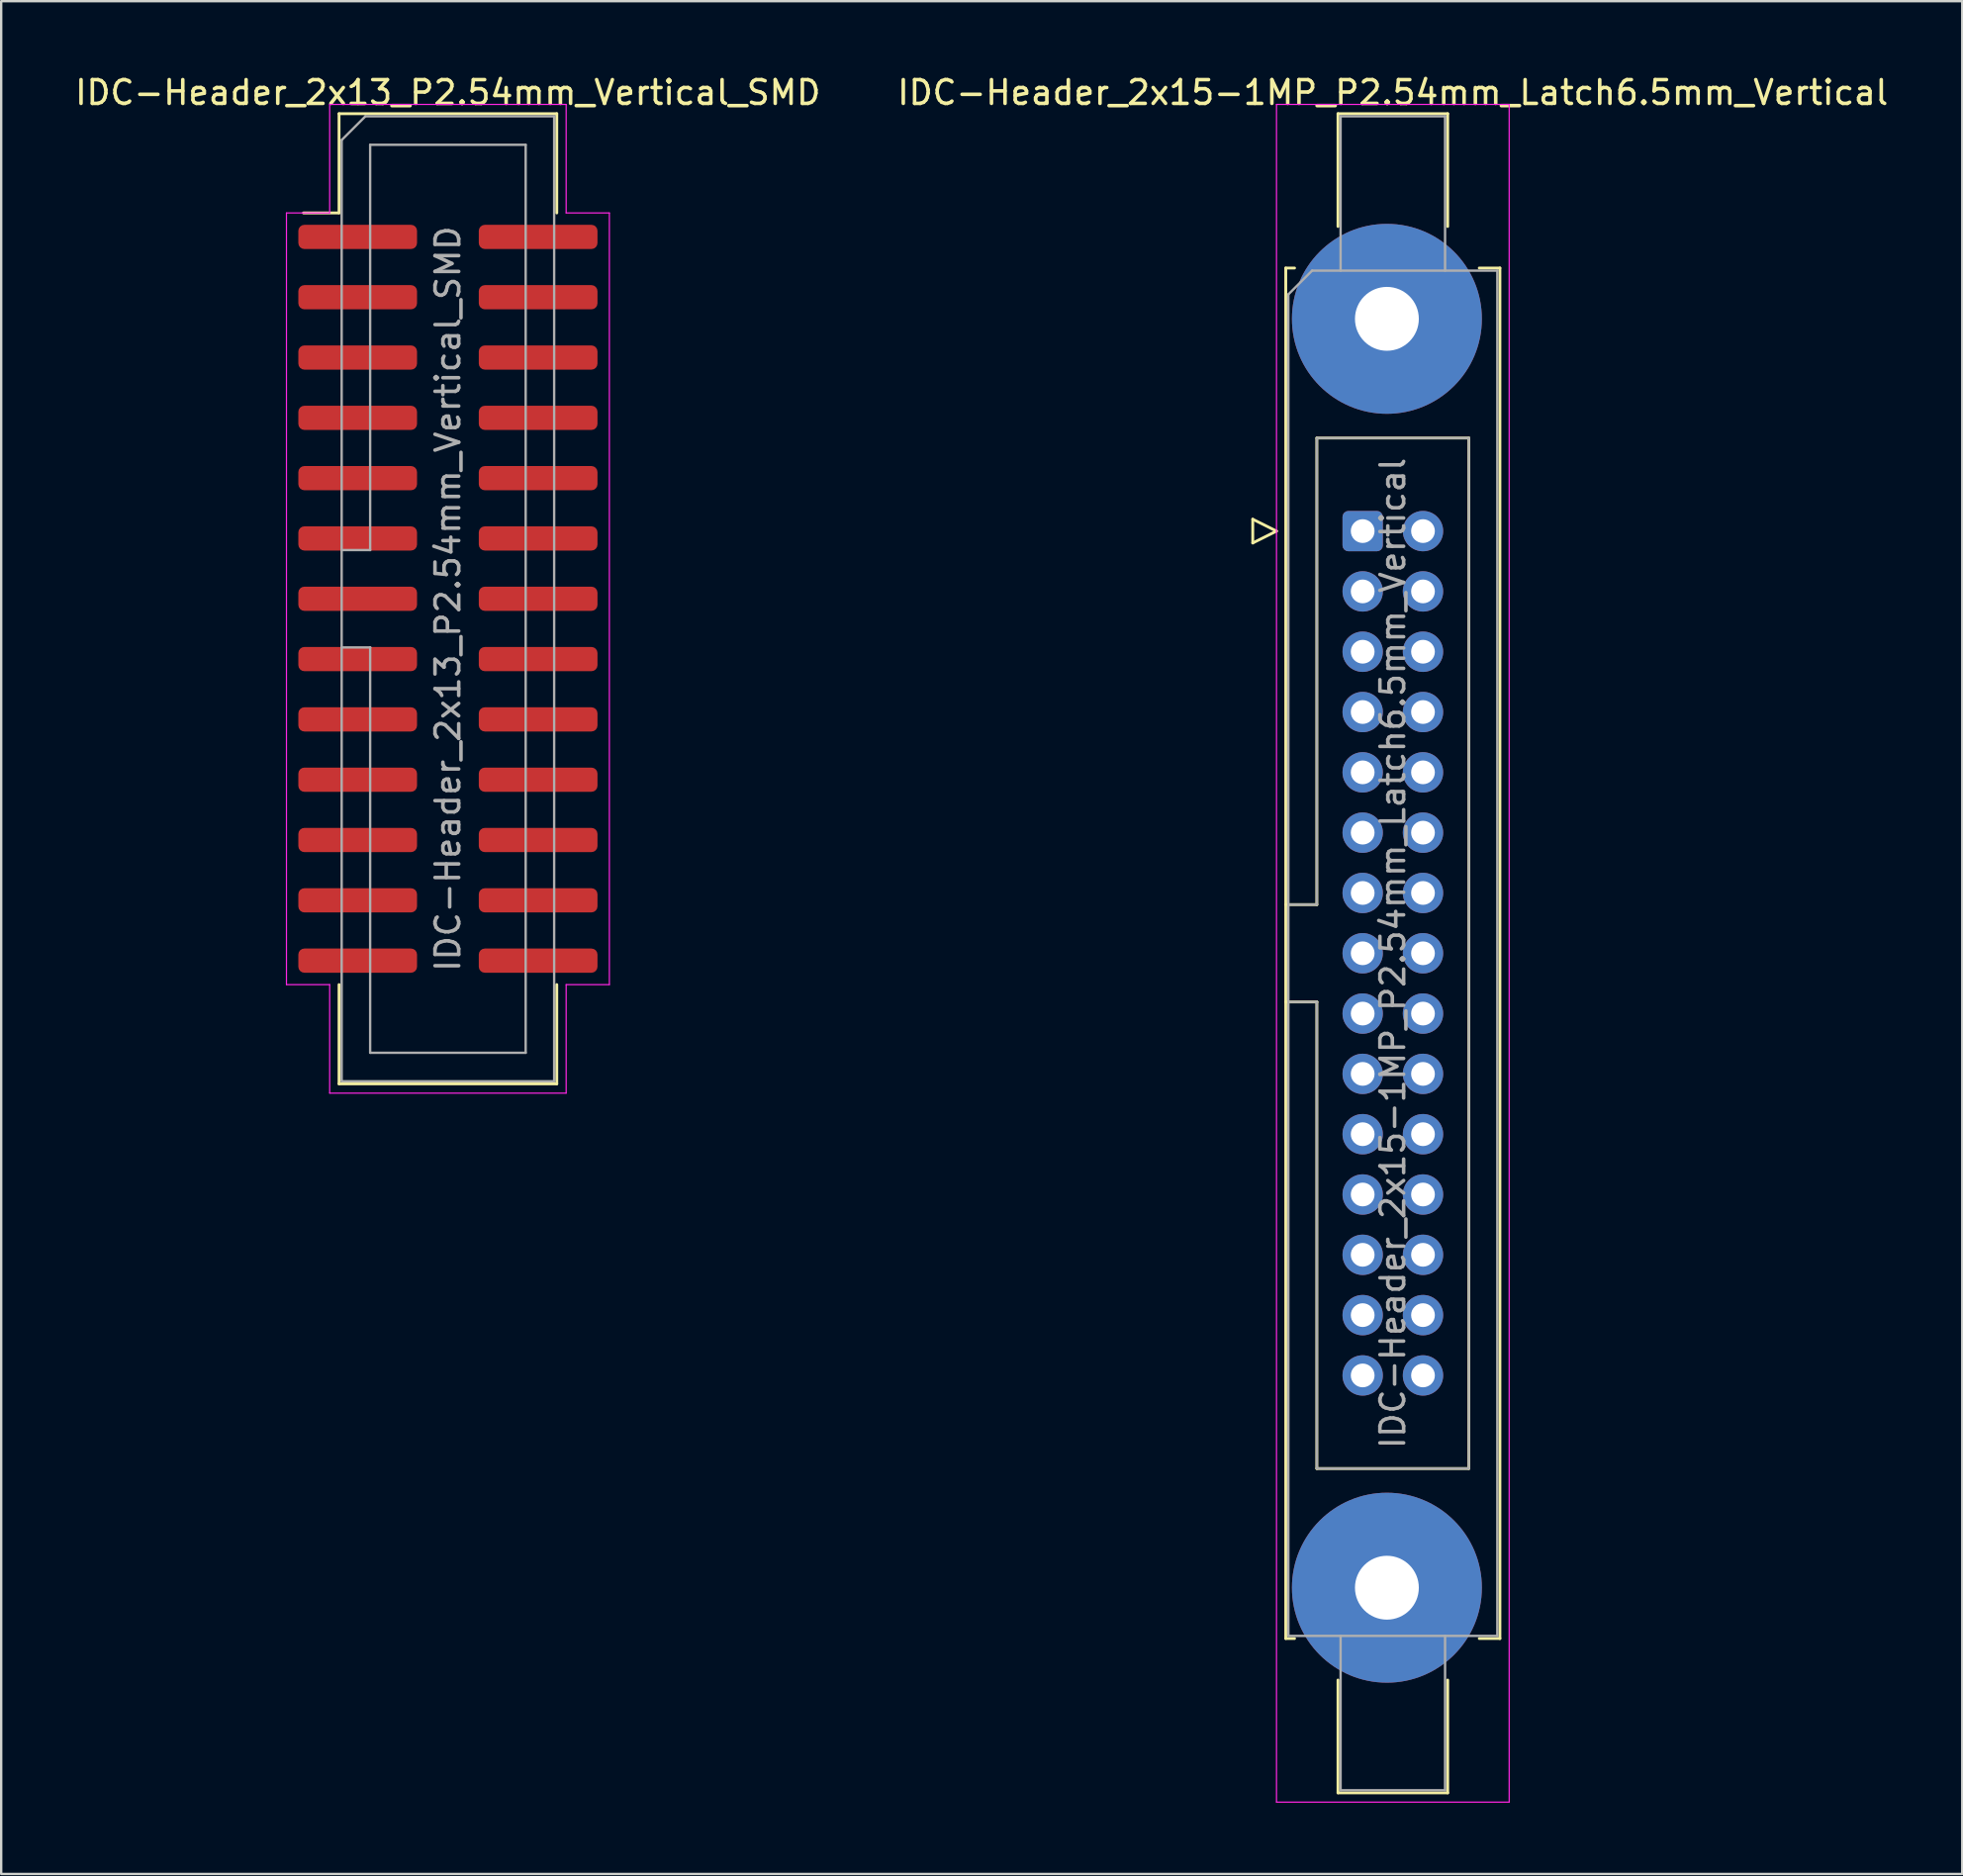
<source format=kicad_pcb>
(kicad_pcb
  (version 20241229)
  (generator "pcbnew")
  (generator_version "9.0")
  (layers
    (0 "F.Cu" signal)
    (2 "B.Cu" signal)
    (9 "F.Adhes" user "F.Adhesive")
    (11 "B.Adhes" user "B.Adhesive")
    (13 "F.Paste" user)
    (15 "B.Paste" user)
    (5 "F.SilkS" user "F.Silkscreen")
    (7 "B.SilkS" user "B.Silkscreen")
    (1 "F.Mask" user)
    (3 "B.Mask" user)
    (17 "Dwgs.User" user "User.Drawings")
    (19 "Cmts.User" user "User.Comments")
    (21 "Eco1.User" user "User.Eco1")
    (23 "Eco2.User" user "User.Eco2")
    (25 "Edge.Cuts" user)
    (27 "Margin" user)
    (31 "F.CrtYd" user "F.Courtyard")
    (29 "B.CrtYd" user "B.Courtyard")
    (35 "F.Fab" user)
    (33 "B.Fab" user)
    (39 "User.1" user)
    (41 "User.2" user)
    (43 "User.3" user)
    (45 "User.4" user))
  (footprint "IDC-Header_2x15-1MP_P2.54mm_Latch6.5mm_Vertical"
    (layer "F.Cu")
    (at 54.343 19.318)
    (property "Reference" "IDC-Header_2x15-1MP_P2.54mm_Latch6.5mm_Vertical" (at 1.27 -18.47 0) (layer "F.SilkS") (effects (font (size 1 1) (thickness 0.15))))
    (attr through_hole)
    (fp_line (start -4.63 -0.5) (end -4.63 0.5) (stroke (width 0.12) (type solid)) (layer "F.SilkS"))
    (fp_line (start -4.63 0.5) (end -3.63 0) (stroke (width 0.12) (type solid)) (layer "F.SilkS"))
    (fp_line (start -3.63 0) (end -4.63 -0.5) (stroke (width 0.12) (type solid)) (layer "F.SilkS"))
    (fp_line (start -3.24 -11.08) (end -3.24 46.64) (stroke (width 0.12) (type solid)) (layer "F.SilkS"))
    (fp_line (start -3.24 15.73) (end -1.93 15.73) (stroke (width 0.12) (type solid)) (layer "F.SilkS"))
    (fp_line (start -3.24 46.64) (end -2.87 46.64) (stroke (width 0.12) (type solid)) (layer "F.SilkS"))
    (fp_line (start -2.87 -11.08) (end -3.24 -11.08) (stroke (width 0.12) (type solid)) (layer "F.SilkS"))
    (fp_line (start -1.93 -3.92) (end 4.47 -3.92) (stroke (width 0.12) (type solid)) (layer "F.SilkS"))
    (fp_line (start -1.93 15.73) (end -1.93 -3.92) (stroke (width 0.12) (type solid)) (layer "F.SilkS"))
    (fp_line (start -1.93 19.83) (end -3.24 19.83) (stroke (width 0.12) (type solid)) (layer "F.SilkS"))
    (fp_line (start -1.93 19.83) (end -1.93 19.83) (stroke (width 0.12) (type solid)) (layer "F.SilkS"))
    (fp_line (start -1.93 39.48) (end -1.93 19.83) (stroke (width 0.12) (type solid)) (layer "F.SilkS"))
    (fp_line (start -1.04 -17.58) (end 3.58 -17.58) (stroke (width 0.12) (type solid)) (layer "F.SilkS"))
    (fp_line (start -1.04 -12.83) (end -1.04 -17.58) (stroke (width 0.12) (type solid)) (layer "F.SilkS"))
    (fp_line (start -1.04 48.39) (end -1.04 53.14) (stroke (width 0.12) (type solid)) (layer "F.SilkS"))
    (fp_line (start -1.04 53.14) (end 3.58 53.14) (stroke (width 0.12) (type solid)) (layer "F.SilkS"))
    (fp_line (start 3.58 -17.58) (end 3.58 -12.83) (stroke (width 0.12) (type solid)) (layer "F.SilkS"))
    (fp_line (start 3.58 53.14) (end 3.58 48.39) (stroke (width 0.12) (type solid)) (layer "F.SilkS"))
    (fp_line (start 4.47 -3.92) (end 4.47 39.48) (stroke (width 0.12) (type solid)) (layer "F.SilkS"))
    (fp_line (start 4.47 39.48) (end -1.93 39.48) (stroke (width 0.12) (type solid)) (layer "F.SilkS"))
    (fp_line (start 4.91 -11.08) (end 5.78 -11.08) (stroke (width 0.12) (type solid)) (layer "F.SilkS"))
    (fp_line (start 5.78 -11.08) (end 5.78 46.64) (stroke (width 0.12) (type solid)) (layer "F.SilkS"))
    (fp_line (start 5.78 46.64) (end 4.91 46.64) (stroke (width 0.12) (type solid)) (layer "F.SilkS"))
    (fp_line (start -3.63 -17.97) (end -3.63 53.53) (stroke (width 0.05) (type solid)) (layer "F.CrtYd"))
    (fp_line (start -3.63 53.53) (end 6.17 53.53) (stroke (width 0.05) (type solid)) (layer "F.CrtYd"))
    (fp_line (start 6.17 -17.97) (end -3.63 -17.97) (stroke (width 0.05) (type solid)) (layer "F.CrtYd"))
    (fp_line (start 6.17 53.53) (end 6.17 -17.97) (stroke (width 0.05) (type solid)) (layer "F.CrtYd"))
    (fp_line (start -3.13 -9.97) (end -2.13 -10.97) (stroke (width 0.1) (type solid)) (layer "F.Fab"))
    (fp_line (start -3.13 15.73) (end -1.93 15.73) (stroke (width 0.1) (type solid)) (layer "F.Fab"))
    (fp_line (start -3.13 46.53) (end -3.13 -9.97) (stroke (width 0.1) (type solid)) (layer "F.Fab"))
    (fp_line (start -2.13 -10.97) (end 5.67 -10.97) (stroke (width 0.1) (type solid)) (layer "F.Fab"))
    (fp_line (start -1.93 -3.92) (end 4.47 -3.92) (stroke (width 0.1) (type solid)) (layer "F.Fab"))
    (fp_line (start -1.93 15.73) (end -1.93 -3.92) (stroke (width 0.1) (type solid)) (layer "F.Fab"))
    (fp_line (start -1.93 19.83) (end -3.13 19.83) (stroke (width 0.1) (type solid)) (layer "F.Fab"))
    (fp_line (start -1.93 19.83) (end -1.93 19.83) (stroke (width 0.1) (type solid)) (layer "F.Fab"))
    (fp_line (start -1.93 39.48) (end -1.93 19.83) (stroke (width 0.1) (type solid)) (layer "F.Fab"))
    (fp_line (start -0.93 -17.47) (end 3.47 -17.47) (stroke (width 0.1) (type solid)) (layer "F.Fab"))
    (fp_line (start -0.93 -10.97) (end -0.93 -17.47) (stroke (width 0.1) (type solid)) (layer "F.Fab"))
    (fp_line (start -0.93 46.53) (end -0.93 53.03) (stroke (width 0.1) (type solid)) (layer "F.Fab"))
    (fp_line (start -0.93 53.03) (end 3.47 53.03) (stroke (width 0.1) (type solid)) (layer "F.Fab"))
    (fp_line (start 3.47 -17.47) (end 3.47 -10.97) (stroke (width 0.1) (type solid)) (layer "F.Fab"))
    (fp_line (start 3.47 53.03) (end 3.47 46.53) (stroke (width 0.1) (type solid)) (layer "F.Fab"))
    (fp_line (start 4.47 -3.92) (end 4.47 39.48) (stroke (width 0.1) (type solid)) (layer "F.Fab"))
    (fp_line (start 4.47 39.48) (end -1.93 39.48) (stroke (width 0.1) (type solid)) (layer "F.Fab"))
    (fp_line (start 5.67 -10.97) (end 5.67 46.53) (stroke (width 0.1) (type solid)) (layer "F.Fab"))
    (fp_line (start 5.67 46.53) (end -3.13 46.53) (stroke (width 0.1) (type solid)) (layer "F.Fab"))
    (fp_text user "${REFERENCE}" (at 1.27 17.78 90) (layer "F.Fab") (effects (font (size 1 1) (thickness 0.15))))
    (pad "1" thru_hole roundrect (at 0 0) (size 1.7 1.7) (drill 1) (layers "*.Cu" "*.Mask") (roundrect_rratio 0.147))
    (pad "2" thru_hole circle (at 2.54 0) (size 1.7 1.7) (drill 1) (layers "*.Cu" "*.Mask"))
    (pad "3" thru_hole circle (at 0 2.54) (size 1.7 1.7) (drill 1) (layers "*.Cu" "*.Mask"))
    (pad "4" thru_hole circle (at 2.54 2.54) (size 1.7 1.7) (drill 1) (layers "*.Cu" "*.Mask"))
    (pad "5" thru_hole circle (at 0 5.08) (size 1.7 1.7) (drill 1) (layers "*.Cu" "*.Mask"))
    (pad "6" thru_hole circle (at 2.54 5.08) (size 1.7 1.7) (drill 1) (layers "*.Cu" "*.Mask"))
    (pad "7" thru_hole circle (at 0 7.62) (size 1.7 1.7) (drill 1) (layers "*.Cu" "*.Mask"))
    (pad "8" thru_hole circle (at 2.54 7.62) (size 1.7 1.7) (drill 1) (layers "*.Cu" "*.Mask"))
    (pad "9" thru_hole circle (at 0 10.16) (size 1.7 1.7) (drill 1) (layers "*.Cu" "*.Mask"))
    (pad "10" thru_hole circle (at 2.54 10.16) (size 1.7 1.7) (drill 1) (layers "*.Cu" "*.Mask"))
    (pad "11" thru_hole circle (at 0 12.7) (size 1.7 1.7) (drill 1) (layers "*.Cu" "*.Mask"))
    (pad "12" thru_hole circle (at 2.54 12.7) (size 1.7 1.7) (drill 1) (layers "*.Cu" "*.Mask"))
    (pad "13" thru_hole circle (at 0 15.24) (size 1.7 1.7) (drill 1) (layers "*.Cu" "*.Mask"))
    (pad "14" thru_hole circle (at 2.54 15.24) (size 1.7 1.7) (drill 1) (layers "*.Cu" "*.Mask"))
    (pad "15" thru_hole circle (at 0 17.78) (size 1.7 1.7) (drill 1) (layers "*.Cu" "*.Mask"))
    (pad "16" thru_hole circle (at 2.54 17.78) (size 1.7 1.7) (drill 1) (layers "*.Cu" "*.Mask"))
    (pad "17" thru_hole circle (at 0 20.32) (size 1.7 1.7) (drill 1) (layers "*.Cu" "*.Mask"))
    (pad "18" thru_hole circle (at 2.54 20.32) (size 1.7 1.7) (drill 1) (layers "*.Cu" "*.Mask"))
    (pad "19" thru_hole circle (at 0 22.86) (size 1.7 1.7) (drill 1) (layers "*.Cu" "*.Mask"))
    (pad "20" thru_hole circle (at 2.54 22.86) (size 1.7 1.7) (drill 1) (layers "*.Cu" "*.Mask"))
    (pad "21" thru_hole circle (at 0 25.4) (size 1.7 1.7) (drill 1) (layers "*.Cu" "*.Mask"))
    (pad "22" thru_hole circle (at 2.54 25.4) (size 1.7 1.7) (drill 1) (layers "*.Cu" "*.Mask"))
    (pad "23" thru_hole circle (at 0 27.94) (size 1.7 1.7) (drill 1) (layers "*.Cu" "*.Mask"))
    (pad "24" thru_hole circle (at 2.54 27.94) (size 1.7 1.7) (drill 1) (layers "*.Cu" "*.Mask"))
    (pad "25" thru_hole circle (at 0 30.48) (size 1.7 1.7) (drill 1) (layers "*.Cu" "*.Mask"))
    (pad "26" thru_hole circle (at 2.54 30.48) (size 1.7 1.7) (drill 1) (layers "*.Cu" "*.Mask"))
    (pad "27" thru_hole circle (at 0 33.02) (size 1.7 1.7) (drill 1) (layers "*.Cu" "*.Mask"))
    (pad "28" thru_hole circle (at 2.54 33.02) (size 1.7 1.7) (drill 1) (layers "*.Cu" "*.Mask"))
    (pad "29" thru_hole circle (at 0 35.56) (size 1.7 1.7) (drill 1) (layers "*.Cu" "*.Mask"))
    (pad "30" thru_hole circle (at 2.54 35.56) (size 1.7 1.7) (drill 1) (layers "*.Cu" "*.Mask"))
    (pad "MP" thru_hole circle (at 1.02 -8.94) (size 8 8) (drill 2.69) (layers "*.Cu" "*.Mask"))
    (pad "MP" thru_hole circle (at 1.02 44.5) (size 8 8) (drill 2.69) (layers "*.Cu" "*.Mask")))
  (footprint "IDC-Header_2x13_P2.54mm_Vertical_SMD"
    (layer "F.Cu")
    (at 15.815 22.168)
    (property "Reference" "IDC-Header_2x13_P2.54mm_Vertical_SMD" (at 0 -21.32 0) (layer "F.SilkS") (effects (font (size 1 1) (thickness 0.15))))
    (attr smd)
    (fp_line (start -4.585 -20.43) (end 4.585 -20.43) (stroke (width 0.12) (type solid)) (layer "F.SilkS"))
    (fp_line (start -4.585 -16.25) (end -6.085 -16.25) (stroke (width 0.12) (type solid)) (layer "F.SilkS"))
    (fp_line (start -4.585 -16.25) (end -4.585 -20.43) (stroke (width 0.12) (type solid)) (layer "F.SilkS"))
    (fp_line (start -4.585 16.25) (end -4.585 20.43) (stroke (width 0.12) (type solid)) (layer "F.SilkS"))
    (fp_line (start -4.585 20.43) (end 4.585 20.43) (stroke (width 0.12) (type solid)) (layer "F.SilkS"))
    (fp_line (start 4.585 -20.43) (end 4.585 -16.25) (stroke (width 0.12) (type solid)) (layer "F.SilkS"))
    (fp_line (start 4.585 20.43) (end 4.585 16.25) (stroke (width 0.12) (type solid)) (layer "F.SilkS"))
    (fp_line (start -6.8 -16.25) (end -6.8 16.25) (stroke (width 0.05) (type solid)) (layer "F.CrtYd"))
    (fp_line (start -6.8 16.25) (end -4.98 16.25) (stroke (width 0.05) (type solid)) (layer "F.CrtYd"))
    (fp_line (start -4.98 -20.82) (end -4.98 -16.25) (stroke (width 0.05) (type solid)) (layer "F.CrtYd"))
    (fp_line (start -4.98 -16.25) (end -6.8 -16.25) (stroke (width 0.05) (type solid)) (layer "F.CrtYd"))
    (fp_line (start -4.98 16.25) (end -4.98 20.82) (stroke (width 0.05) (type solid)) (layer "F.CrtYd"))
    (fp_line (start -4.98 20.82) (end 4.98 20.82) (stroke (width 0.05) (type solid)) (layer "F.CrtYd"))
    (fp_line (start 4.98 -20.82) (end -4.98 -20.82) (stroke (width 0.05) (type solid)) (layer "F.CrtYd"))
    (fp_line (start 4.98 -16.25) (end 4.98 -20.82) (stroke (width 0.05) (type solid)) (layer "F.CrtYd"))
    (fp_line (start 4.98 16.25) (end 6.8 16.25) (stroke (width 0.05) (type solid)) (layer "F.CrtYd"))
    (fp_line (start 4.98 20.82) (end 4.98 16.25) (stroke (width 0.05) (type solid)) (layer "F.CrtYd"))
    (fp_line (start 6.8 -16.25) (end 4.98 -16.25) (stroke (width 0.05) (type solid)) (layer "F.CrtYd"))
    (fp_line (start 6.8 16.25) (end 6.8 -16.25) (stroke (width 0.05) (type solid)) (layer "F.CrtYd"))
    (fp_line (start -4.475 -19.32) (end -3.475 -20.32) (stroke (width 0.1) (type solid)) (layer "F.Fab"))
    (fp_line (start -4.475 -2.05) (end -3.275 -2.05) (stroke (width 0.1) (type solid)) (layer "F.Fab"))
    (fp_line (start -4.475 20.32) (end -4.475 -19.32) (stroke (width 0.1) (type solid)) (layer "F.Fab"))
    (fp_line (start -3.475 -20.32) (end 4.475 -20.32) (stroke (width 0.1) (type solid)) (layer "F.Fab"))
    (fp_line (start -3.275 -19.12) (end 3.275 -19.12) (stroke (width 0.1) (type solid)) (layer "F.Fab"))
    (fp_line (start -3.275 -2.05) (end -3.275 -19.12) (stroke (width 0.1) (type solid)) (layer "F.Fab"))
    (fp_line (start -3.275 2.05) (end -4.475 2.05) (stroke (width 0.1) (type solid)) (layer "F.Fab"))
    (fp_line (start -3.275 2.05) (end -3.275 2.05) (stroke (width 0.1) (type solid)) (layer "F.Fab"))
    (fp_line (start -3.275 19.12) (end -3.275 2.05) (stroke (width 0.1) (type solid)) (layer "F.Fab"))
    (fp_line (start 3.275 -19.12) (end 3.275 19.12) (stroke (width 0.1) (type solid)) (layer "F.Fab"))
    (fp_line (start 3.275 19.12) (end -3.275 19.12) (stroke (width 0.1) (type solid)) (layer "F.Fab"))
    (fp_line (start 4.475 -20.32) (end 4.475 20.32) (stroke (width 0.1) (type solid)) (layer "F.Fab"))
    (fp_line (start 4.475 20.32) (end -4.475 20.32) (stroke (width 0.1) (type solid)) (layer "F.Fab"))
    (fp_text user "${REFERENCE}" (at 0 0 90) (layer "F.Fab") (effects (font (size 1 1) (thickness 0.15))))
    (pad "1" smd roundrect (at -3.8 -15.24) (size 5 1.02) (layers "F.Cu" "F.Mask" "F.Paste") (roundrect_rratio 0.25))
    (pad "2" smd roundrect (at 3.8 -15.24) (size 5 1.02) (layers "F.Cu" "F.Mask" "F.Paste") (roundrect_rratio 0.25))
    (pad "3" smd roundrect (at -3.8 -12.7) (size 5 1.02) (layers "F.Cu" "F.Mask" "F.Paste") (roundrect_rratio 0.25))
    (pad "4" smd roundrect (at 3.8 -12.7) (size 5 1.02) (layers "F.Cu" "F.Mask" "F.Paste") (roundrect_rratio 0.25))
    (pad "5" smd roundrect (at -3.8 -10.16) (size 5 1.02) (layers "F.Cu" "F.Mask" "F.Paste") (roundrect_rratio 0.25))
    (pad "6" smd roundrect (at 3.8 -10.16) (size 5 1.02) (layers "F.Cu" "F.Mask" "F.Paste") (roundrect_rratio 0.25))
    (pad "7" smd roundrect (at -3.8 -7.62) (size 5 1.02) (layers "F.Cu" "F.Mask" "F.Paste") (roundrect_rratio 0.25))
    (pad "8" smd roundrect (at 3.8 -7.62) (size 5 1.02) (layers "F.Cu" "F.Mask" "F.Paste") (roundrect_rratio 0.25))
    (pad "9" smd roundrect (at -3.8 -5.08) (size 5 1.02) (layers "F.Cu" "F.Mask" "F.Paste") (roundrect_rratio 0.25))
    (pad "10" smd roundrect (at 3.8 -5.08) (size 5 1.02) (layers "F.Cu" "F.Mask" "F.Paste") (roundrect_rratio 0.25))
    (pad "11" smd roundrect (at -3.8 -2.54) (size 5 1.02) (layers "F.Cu" "F.Mask" "F.Paste") (roundrect_rratio 0.25))
    (pad "12" smd roundrect (at 3.8 -2.54) (size 5 1.02) (layers "F.Cu" "F.Mask" "F.Paste") (roundrect_rratio 0.25))
    (pad "13" smd roundrect (at -3.8 0) (size 5 1.02) (layers "F.Cu" "F.Mask" "F.Paste") (roundrect_rratio 0.25))
    (pad "14" smd roundrect (at 3.8 0) (size 5 1.02) (layers "F.Cu" "F.Mask" "F.Paste") (roundrect_rratio 0.25))
    (pad "15" smd roundrect (at -3.8 2.54) (size 5 1.02) (layers "F.Cu" "F.Mask" "F.Paste") (roundrect_rratio 0.25))
    (pad "16" smd roundrect (at 3.8 2.54) (size 5 1.02) (layers "F.Cu" "F.Mask" "F.Paste") (roundrect_rratio 0.25))
    (pad "17" smd roundrect (at -3.8 5.08) (size 5 1.02) (layers "F.Cu" "F.Mask" "F.Paste") (roundrect_rratio 0.25))
    (pad "18" smd roundrect (at 3.8 5.08) (size 5 1.02) (layers "F.Cu" "F.Mask" "F.Paste") (roundrect_rratio 0.25))
    (pad "19" smd roundrect (at -3.8 7.62) (size 5 1.02) (layers "F.Cu" "F.Mask" "F.Paste") (roundrect_rratio 0.25))
    (pad "20" smd roundrect (at 3.8 7.62) (size 5 1.02) (layers "F.Cu" "F.Mask" "F.Paste") (roundrect_rratio 0.25))
    (pad "21" smd roundrect (at -3.8 10.16) (size 5 1.02) (layers "F.Cu" "F.Mask" "F.Paste") (roundrect_rratio 0.25))
    (pad "22" smd roundrect (at 3.8 10.16) (size 5 1.02) (layers "F.Cu" "F.Mask" "F.Paste") (roundrect_rratio 0.25))
    (pad "23" smd roundrect (at -3.8 12.7) (size 5 1.02) (layers "F.Cu" "F.Mask" "F.Paste") (roundrect_rratio 0.25))
    (pad "24" smd roundrect (at 3.8 12.7) (size 5 1.02) (layers "F.Cu" "F.Mask" "F.Paste") (roundrect_rratio 0.25))
    (pad "25" smd roundrect (at -3.8 15.24) (size 5 1.02) (layers "F.Cu" "F.Mask" "F.Paste") (roundrect_rratio 0.25))
    (pad "26" smd roundrect (at 3.8 15.24) (size 5 1.02) (layers "F.Cu" "F.Mask" "F.Paste") (roundrect_rratio 0.25)))
  (gr_rect
    (start -3 -3)
    (end 79.595 75.873)
    (stroke (width 0.1) (type default))
    (fill no)
    (layer "Edge.Cuts")))
</source>
